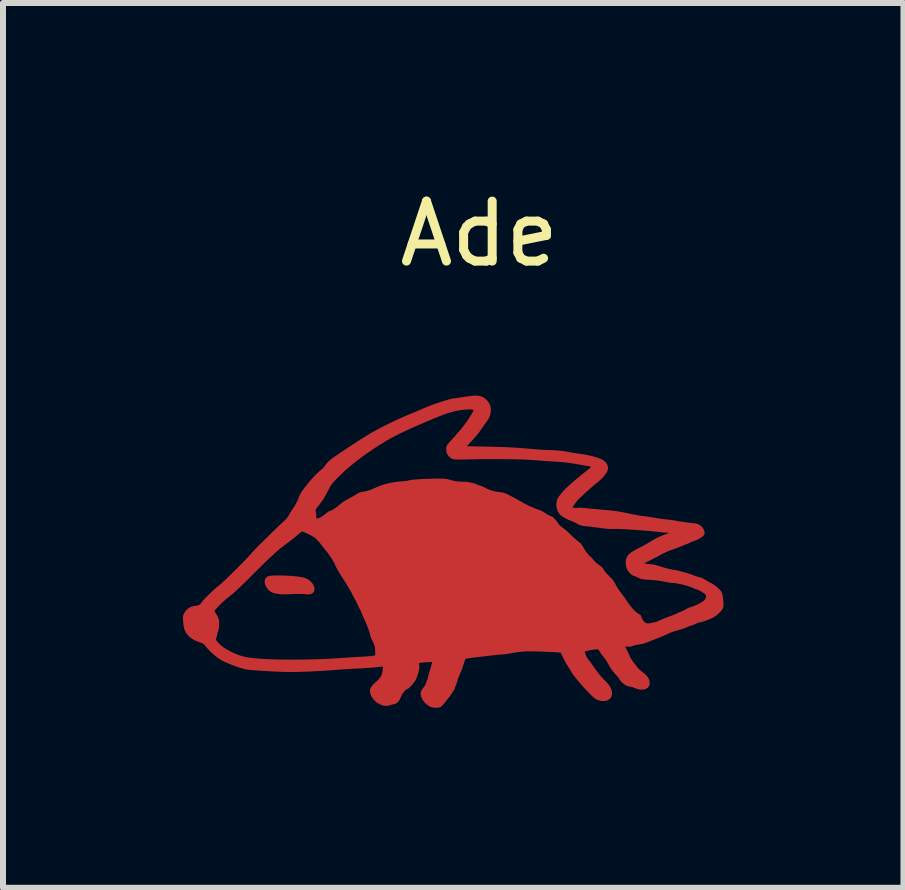
<source format=kicad_pcb>
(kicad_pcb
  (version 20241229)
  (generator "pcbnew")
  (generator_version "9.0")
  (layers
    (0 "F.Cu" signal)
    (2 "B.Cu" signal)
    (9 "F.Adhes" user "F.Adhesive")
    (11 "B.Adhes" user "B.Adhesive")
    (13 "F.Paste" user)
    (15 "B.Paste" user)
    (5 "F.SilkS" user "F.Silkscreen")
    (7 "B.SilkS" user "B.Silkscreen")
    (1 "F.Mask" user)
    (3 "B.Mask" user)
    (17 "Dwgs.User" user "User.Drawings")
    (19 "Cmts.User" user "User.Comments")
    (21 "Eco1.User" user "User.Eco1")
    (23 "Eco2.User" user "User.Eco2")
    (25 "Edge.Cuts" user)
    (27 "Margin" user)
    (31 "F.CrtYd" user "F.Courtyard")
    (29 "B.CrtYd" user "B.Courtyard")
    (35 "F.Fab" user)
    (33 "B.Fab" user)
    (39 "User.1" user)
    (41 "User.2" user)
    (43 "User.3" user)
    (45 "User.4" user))
  (footprint "Ade"
    (layer "F.Cu")
    (at 4.941 1.348)
    (property "Reference" "Ade" (at 0 -0.5 0) (unlocked yes) (layer "F.SilkS") (effects (font (size 1 1) (thickness 0.15))))
    (attr smd)
    (pad "1" smd custom (at 0 5) (size 1.5 1.5) (layers "F.Cu") (options (anchor rect)) (primitives (gr_poly (pts (xy 0.018 -2.794) (xy 0.077 -2.768) (xy 0.128 -2.726) (xy 0.166 -2.672) (xy 0.174 -2.655) (xy 0.187 -2.621) (xy 0.192 -2.59) (xy 0.192 -2.552) (xy 0.191 -2.539) (xy 0.182 -2.485) (xy 0.165 -2.437) (xy 0.137 -2.388) (xy 0.108 -2.349) (xy 0.084 -2.316) (xy 0.055 -2.275) (xy 0.028 -2.235) (xy 0.025 -2.231) (xy 0.001 -2.196) (xy -0.033 -2.153) (xy -0.072 -2.107) (xy -0.111 -2.062) (xy -0.114 -2.06) (xy -0.208 -1.959) (xy 0.122 -1.952) (xy 0.259 -1.949) (xy 0.382 -1.946) (xy 0.494 -1.941) (xy 0.602 -1.935) (xy 0.709 -1.927) (xy 0.822 -1.918) (xy 0.916 -1.91) (xy 0.977 -1.904) (xy 1.041 -1.9) (xy 1.1 -1.897) (xy 1.148 -1.895) (xy 1.158 -1.895) (xy 1.24 -1.893) (xy 1.327 -1.886) (xy 1.413 -1.876) (xy 1.489 -1.863) (xy 1.503 -1.86) (xy 1.545 -1.852) (xy 1.589 -1.844) (xy 1.615 -1.841) (xy 1.707 -1.829) (xy 1.796 -1.813) (xy 1.88 -1.794) (xy 1.954 -1.773) (xy 2.016 -1.751) (xy 2.063 -1.729) (xy 2.077 -1.72) (xy 2.117 -1.681) (xy 2.14 -1.636) (xy 2.146 -1.588) (xy 2.134 -1.54) (xy 2.122 -1.518) (xy 2.096 -1.482) (xy 2.07 -1.45) (xy 2.041 -1.42) (xy 2.004 -1.386) (xy 1.956 -1.345) (xy 1.947 -1.338) (xy 1.902 -1.3) (xy 1.854 -1.259) (xy 1.81 -1.22) (xy 1.781 -1.194) (xy 1.745 -1.161) (xy 1.709 -1.127) (xy 1.679 -1.099) (xy 1.671 -1.092) (xy 1.642 -1.062) (xy 1.611 -1.024) (xy 1.59 -0.995) (xy 1.551 -0.938) (xy 1.576 -0.932) (xy 1.603 -0.93) (xy 1.634 -0.932) (xy 1.636 -0.933) (xy 1.656 -0.934) (xy 1.693 -0.933) (xy 1.741 -0.93) (xy 1.797 -0.925) (xy 1.858 -0.919) (xy 1.928 -0.912) (xy 2.002 -0.905) (xy 2.073 -0.898) (xy 2.136 -0.893) (xy 2.172 -0.89) (xy 2.258 -0.881) (xy 2.356 -0.865) (xy 2.461 -0.844) (xy 2.474 -0.841) (xy 2.536 -0.828) (xy 2.596 -0.816) (xy 2.651 -0.806) (xy 2.695 -0.799) (xy 2.718 -0.796) (xy 2.755 -0.792) (xy 2.805 -0.785) (xy 2.861 -0.777) (xy 2.917 -0.767) (xy 2.919 -0.767) (xy 2.976 -0.757) (xy 3.035 -0.749) (xy 3.088 -0.742) (xy 3.129 -0.737) (xy 3.129 -0.737) (xy 3.179 -0.732) (xy 3.232 -0.725) (xy 3.276 -0.717) (xy 3.314 -0.71) (xy 3.365 -0.702) (xy 3.42 -0.694) (xy 3.461 -0.688) (xy 3.511 -0.682) (xy 3.556 -0.677) (xy 3.592 -0.672) (xy 3.612 -0.67) (xy 3.656 -0.656) (xy 3.696 -0.629) (xy 3.728 -0.594) (xy 3.75 -0.554) (xy 3.756 -0.513) (xy 3.755 -0.502) (xy 3.748 -0.481) (xy 3.733 -0.462) (xy 3.706 -0.442) (xy 3.693 -0.433) (xy 3.656 -0.412) (xy 3.618 -0.393) (xy 3.593 -0.384) (xy 3.558 -0.371) (xy 3.523 -0.356) (xy 3.515 -0.352) (xy 3.482 -0.337) (xy 3.446 -0.323) (xy 3.442 -0.322) (xy 3.412 -0.311) (xy 3.387 -0.299) (xy 3.383 -0.297) (xy 3.366 -0.289) (xy 3.335 -0.277) (xy 3.294 -0.262) (xy 3.247 -0.246) (xy 3.242 -0.244) (xy 3.189 -0.225) (xy 3.136 -0.204) (xy 3.089 -0.183) (xy 3.057 -0.167) (xy 3.023 -0.148) (xy 2.977 -0.123) (xy 2.926 -0.096) (xy 2.874 -0.07) (xy 2.87 -0.068) (xy 2.748 -0.006) (xy 2.787 0.001) (xy 2.824 0.006) (xy 2.863 0.009) (xy 2.87 0.009) (xy 2.896 0.013) (xy 2.936 0.021) (xy 2.982 0.034) (xy 3.026 0.048) (xy 3.08 0.065) (xy 3.136 0.08) (xy 3.188 0.092) (xy 3.219 0.098) (xy 3.265 0.105) (xy 3.32 0.117) (xy 3.381 0.133) (xy 3.442 0.149) (xy 3.497 0.166) (xy 3.543 0.182) (xy 3.571 0.194) (xy 3.605 0.207) (xy 3.644 0.217) (xy 3.653 0.219) (xy 3.688 0.228) (xy 3.727 0.245) (xy 3.746 0.256) (xy 3.781 0.277) (xy 3.823 0.301) (xy 3.857 0.318) (xy 3.908 0.348) (xy 3.956 0.384) (xy 3.999 0.422) (xy 4.031 0.46) (xy 4.046 0.487) (xy 4.053 0.514) (xy 4.06 0.553) (xy 4.066 0.599) (xy 4.068 0.622) (xy 4.07 0.671) (xy 4.07 0.705) (xy 4.067 0.729) (xy 4.06 0.747) (xy 4.059 0.748) (xy 4.042 0.773) (xy 4.014 0.804) (xy 3.981 0.837) (xy 3.946 0.866) (xy 3.922 0.884) (xy 3.89 0.902) (xy 3.847 0.921) (xy 3.798 0.941) (xy 3.75 0.958) (xy 3.71 0.97) (xy 3.691 0.974) (xy 3.653 0.983) (xy 3.615 0.998) (xy 3.608 1.002) (xy 3.575 1.017) (xy 3.542 1.029) (xy 3.535 1.031) (xy 3.505 1.04) (xy 3.47 1.054) (xy 3.453 1.062) (xy 3.423 1.075) (xy 3.38 1.089) (xy 3.332 1.103) (xy 3.309 1.109) (xy 3.257 1.125) (xy 3.201 1.144) (xy 3.151 1.165) (xy 3.137 1.172) (xy 3.091 1.194) (xy 3.037 1.217) (xy 2.984 1.239) (xy 2.968 1.244) (xy 2.918 1.263) (xy 2.865 1.284) (xy 2.818 1.303) (xy 2.804 1.309) (xy 2.737 1.332) (xy 2.664 1.347) (xy 2.653 1.349) (xy 2.612 1.355) (xy 2.577 1.363) (xy 2.554 1.372) (xy 2.55 1.373) (xy 2.527 1.382) (xy 2.493 1.383) (xy 2.479 1.381) (xy 2.452 1.379) (xy 2.434 1.379) (xy 2.431 1.38) (xy 2.435 1.391) (xy 2.446 1.414) (xy 2.46 1.44) (xy 2.479 1.476) (xy 2.496 1.513) (xy 2.504 1.533) (xy 2.511 1.551) (xy 2.522 1.571) (xy 2.537 1.595) (xy 2.559 1.627) (xy 2.59 1.668) (xy 2.631 1.722) (xy 2.633 1.724) (xy 2.663 1.758) (xy 2.701 1.791) (xy 2.725 1.809) (xy 2.775 1.85) (xy 2.813 1.897) (xy 2.835 1.947) (xy 2.841 1.997) (xy 2.832 2.034) (xy 2.81 2.066) (xy 2.775 2.088) (xy 2.729 2.099) (xy 2.678 2.099) (xy 2.624 2.086) (xy 2.598 2.076) (xy 2.565 2.062) (xy 2.535 2.053) (xy 2.52 2.051) (xy 2.476 2.043) (xy 2.43 2.02) (xy 2.385 1.987) (xy 2.349 1.948) (xy 2.332 1.921) (xy 2.313 1.89) (xy 2.29 1.864) (xy 2.284 1.859) (xy 2.259 1.834) (xy 2.229 1.796) (xy 2.197 1.752) (xy 2.167 1.704) (xy 2.143 1.661) (xy 2.124 1.626) (xy 2.102 1.593) (xy 2.09 1.578) (xy 2.07 1.555) (xy 2.046 1.522) (xy 2.021 1.487) (xy 2.021 1.487) (xy 1.98 1.425) (xy 1.915 1.432) (xy 1.877 1.437) (xy 1.845 1.442) (xy 1.827 1.447) (xy 1.798 1.454) (xy 1.779 1.456) (xy 1.762 1.458) (xy 1.758 1.47) (xy 1.76 1.478) (xy 1.782 1.542) (xy 1.813 1.593) (xy 1.823 1.605) (xy 1.84 1.625) (xy 1.864 1.657) (xy 1.893 1.697) (xy 1.923 1.741) (xy 1.928 1.749) (xy 2 1.846) (xy 2.072 1.925) (xy 2.08 1.932) (xy 2.141 1.996) (xy 2.184 2.058) (xy 2.208 2.115) (xy 2.214 2.169) (xy 2.213 2.174) (xy 2.2 2.221) (xy 2.172 2.257) (xy 2.133 2.28) (xy 2.085 2.29) (xy 2.03 2.287) (xy 1.97 2.27) (xy 1.944 2.257) (xy 1.921 2.241) (xy 1.887 2.212) (xy 1.846 2.172) (xy 1.8 2.125) (xy 1.751 2.073) (xy 1.702 2.019) (xy 1.656 1.965) (xy 1.613 1.913) (xy 1.577 1.868) (xy 1.551 1.83) (xy 1.547 1.823) (xy 1.521 1.781) (xy 1.492 1.733) (xy 1.464 1.689) (xy 1.462 1.687) (xy 1.437 1.644) (xy 1.411 1.597) (xy 1.391 1.556) (xy 1.39 1.553) (xy 1.376 1.52) (xy 1.364 1.496) (xy 1.357 1.484) (xy 1.357 1.483) (xy 1.346 1.482) (xy 1.318 1.479) (xy 1.276 1.476) (xy 1.221 1.473) (xy 1.157 1.47) (xy 1.086 1.467) (xy 1.068 1.466) (xy 0.974 1.463) (xy 0.895 1.461) (xy 0.828 1.461) (xy 0.769 1.462) (xy 0.714 1.466) (xy 0.659 1.472) (xy 0.601 1.48) (xy 0.536 1.491) (xy 0.492 1.499) (xy 0.447 1.506) (xy 0.402 1.512) (xy 0.366 1.514) (xy 0.364 1.514) (xy 0.344 1.515) (xy 0.31 1.518) (xy 0.263 1.523) (xy 0.208 1.529) (xy 0.146 1.536) (xy 0.08 1.544) (xy 0.015 1.552) (xy -0.049 1.559) (xy -0.107 1.567) (xy -0.157 1.573) (xy -0.197 1.579) (xy -0.222 1.583) (xy -0.23 1.585) (xy -0.237 1.602) (xy -0.248 1.632) (xy -0.26 1.669) (xy -0.273 1.708) (xy -0.276 1.719) (xy -0.291 1.762) (xy -0.311 1.81) (xy -0.33 1.854) (xy -0.346 1.89) (xy -0.357 1.92) (xy -0.363 1.941) (xy -0.363 1.943) (xy -0.367 1.961) (xy -0.377 1.99) (xy -0.388 2.016) (xy -0.401 2.048) (xy -0.409 2.073) (xy -0.412 2.084) (xy -0.418 2.099) (xy -0.433 2.124) (xy -0.455 2.157) (xy -0.481 2.195) (xy -0.509 2.232) (xy -0.519 2.244) (xy -0.539 2.269) (xy -0.564 2.301) (xy -0.583 2.325) (xy -0.608 2.354) (xy -0.632 2.378) (xy -0.648 2.39) (xy -0.681 2.399) (xy -0.724 2.402) (xy -0.769 2.399) (xy -0.808 2.39) (xy -0.812 2.388) (xy -0.863 2.358) (xy -0.908 2.318) (xy -0.945 2.271) (xy -0.969 2.222) (xy -0.979 2.175) (xy -0.979 2.173) (xy -0.976 2.144) (xy -0.967 2.117) (xy -0.949 2.087) (xy -0.924 2.055) (xy -0.905 2.028) (xy -0.893 2.005) (xy -0.891 1.996) (xy -0.885 1.973) (xy -0.878 1.958) (xy -0.867 1.936) (xy -0.859 1.906) (xy -0.857 1.9) (xy -0.852 1.875) (xy -0.842 1.837) (xy -0.829 1.791) (xy -0.816 1.75) (xy -0.803 1.707) (xy -0.793 1.671) (xy -0.787 1.647) (xy -0.785 1.638) (xy -0.785 1.638) (xy -0.795 1.638) (xy -0.821 1.639) (xy -0.858 1.642) (xy -0.897 1.644) (xy -1.005 1.653) (xy -1.001 1.695) (xy -1.001 1.737) (xy -1.01 1.791) (xy -1.026 1.85) (xy -1.048 1.91) (xy -1.053 1.921) (xy -1.069 1.951) (xy -1.094 1.985) (xy -1.122 2.02) (xy -1.151 2.051) (xy -1.177 2.076) (xy -1.198 2.089) (xy -1.204 2.091) (xy -1.22 2.098) (xy -1.242 2.119) (xy -1.265 2.147) (xy -1.287 2.179) (xy -1.304 2.21) (xy -1.309 2.225) (xy -1.33 2.271) (xy -1.36 2.309) (xy -1.395 2.334) (xy -1.417 2.34) (xy -1.45 2.348) (xy -1.486 2.359) (xy -1.494 2.361) (xy -1.547 2.371) (xy -1.604 2.364) (xy -1.66 2.344) (xy -1.714 2.311) (xy -1.76 2.268) (xy -1.796 2.218) (xy -1.815 2.173) (xy -1.822 2.137) (xy -1.824 2.106) (xy -1.823 2.096) (xy -1.812 2.072) (xy -1.791 2.041) (xy -1.764 2.009) (xy -1.736 1.98) (xy -1.715 1.963) (xy -1.696 1.947) (xy -1.673 1.921) (xy -1.659 1.904) (xy -1.639 1.874) (xy -1.625 1.842) (xy -1.616 1.8) (xy -1.614 1.789) (xy -1.609 1.754) (xy -1.606 1.727) (xy -1.606 1.715) (xy -1.606 1.714) (xy -1.616 1.714) (xy -1.642 1.716) (xy -1.678 1.721) (xy -1.711 1.725) (xy -1.752 1.729) (xy -1.808 1.734) (xy -1.874 1.739) (xy -1.946 1.743) (xy -2.019 1.747) (xy -2.044 1.748) (xy -2.121 1.752) (xy -2.203 1.757) (xy -2.284 1.762) (xy -2.358 1.767) (xy -2.42 1.772) (xy -2.429 1.773) (xy -2.482 1.777) (xy -2.55 1.782) (xy -2.628 1.787) (xy -2.712 1.791) (xy -2.798 1.796) (xy -2.874 1.799) (xy -2.964 1.802) (xy -3.042 1.804) (xy -3.113 1.805) (xy -3.182 1.805) (xy -3.253 1.804) (xy -3.331 1.801) (xy -3.421 1.797) (xy -3.485 1.794) (xy -3.566 1.789) (xy -3.646 1.784) (xy -3.72 1.779) (xy -3.785 1.774) (xy -3.839 1.769) (xy -3.877 1.765) (xy -3.89 1.763) (xy -3.93 1.753) (xy -3.983 1.737) (xy -4.044 1.717) (xy -4.108 1.693) (xy -4.172 1.668) (xy -4.229 1.644) (xy -4.276 1.622) (xy -4.3 1.609) (xy -4.366 1.565) (xy -4.431 1.513) (xy -4.491 1.458) (xy -4.539 1.405) (xy -4.54 1.404) (xy -4.568 1.369) (xy -4.59 1.346) (xy -4.61 1.331) (xy -4.634 1.32) (xy -4.666 1.309) (xy -4.752 1.274) (xy -4.822 1.228) (xy -4.877 1.171) (xy -4.906 1.123) (xy -4.92 1.084) (xy -4.931 1.026) (xy -4.936 0.981) (xy -4.94 0.934) (xy -4.941 0.901) (xy -4.94 0.876) (xy -4.935 0.856) (xy -4.926 0.835) (xy -4.899 0.79) (xy -4.418 0.79) (xy -4.384 0.842) (xy -4.363 0.879) (xy -4.347 0.918) (xy -4.34 0.942) (xy -4.337 0.974) (xy -4.337 1.014) (xy -4.34 1.056) (xy -4.345 1.094) (xy -4.352 1.124) (xy -4.359 1.137) (xy -4.366 1.153) (xy -4.369 1.175) (xy -4.373 1.204) (xy -4.384 1.232) (xy -4.391 1.248) (xy -4.392 1.261) (xy -4.385 1.276) (xy -4.368 1.298) (xy -4.355 1.313) (xy -4.318 1.352) (xy -4.275 1.387) (xy -4.224 1.421) (xy -4.16 1.456) (xy -4.092 1.489) (xy -4.041 1.511) (xy -3.993 1.529) (xy -3.945 1.544) (xy -3.893 1.556) (xy -3.834 1.566) (xy -3.764 1.574) (xy -3.681 1.581) (xy -3.611 1.587) (xy -3.533 1.591) (xy -3.439 1.595) (xy -3.332 1.597) (xy -3.215 1.598) (xy -3.093 1.599) (xy -2.969 1.598) (xy -2.845 1.596) (xy -2.726 1.593) (xy -2.615 1.59) (xy -2.515 1.585) (xy -2.429 1.58) (xy -2.425 1.58) (xy -2.344 1.574) (xy -2.254 1.568) (xy -2.162 1.562) (xy -2.074 1.556) (xy -2.014 1.553) (xy -1.951 1.55) (xy -1.892 1.546) (xy -1.841 1.542) (xy -1.801 1.539) (xy -1.777 1.536) (xy -1.775 1.536) (xy -1.736 1.528) (xy -1.736 1.455) (xy -1.737 1.419) (xy -1.74 1.389) (xy -1.749 1.361) (xy -1.763 1.325) (xy -1.777 1.296) (xy -1.795 1.258) (xy -1.809 1.225) (xy -1.817 1.202) (xy -1.819 1.196) (xy -1.822 1.176) (xy -1.832 1.142) (xy -1.847 1.099) (xy -1.864 1.051) (xy -1.883 1.003) (xy -1.902 0.959) (xy -1.915 0.93) (xy -1.935 0.89) (xy -1.952 0.851) (xy -1.964 0.821) (xy -1.965 0.816) (xy -1.978 0.784) (xy -1.992 0.756) (xy -1.995 0.752) (xy -2.01 0.725) (xy -2.019 0.703) (xy -2.028 0.683) (xy -2.043 0.652) (xy -2.061 0.617) (xy -2.062 0.615) (xy -2.083 0.578) (xy -2.102 0.54) (xy -2.116 0.513) (xy -2.133 0.478) (xy -2.153 0.444) (xy -2.155 0.44) (xy -2.171 0.415) (xy -2.192 0.38) (xy -2.215 0.341) (xy -2.22 0.332) (xy -2.247 0.289) (xy -2.276 0.243) (xy -2.302 0.203) (xy -2.304 0.2) (xy -2.324 0.169) (xy -2.347 0.132) (xy -2.368 0.093) (xy -2.387 0.058) (xy -2.4 0.031) (xy -2.405 0.016) (xy -2.405 0.015) (xy -2.41 0.002) (xy -2.424 -0.023) (xy -2.444 -0.057) (xy -2.468 -0.094) (xy -2.493 -0.131) (xy -2.516 -0.165) (xy -2.535 -0.191) (xy -2.54 -0.197) (xy -2.562 -0.223) (xy -2.592 -0.26) (xy -2.623 -0.3) (xy -2.638 -0.321) (xy -2.669 -0.359) (xy -2.701 -0.394) (xy -2.729 -0.422) (xy -2.74 -0.432) (xy -2.765 -0.448) (xy -2.799 -0.467) (xy -2.839 -0.487) (xy -2.879 -0.507) (xy -2.915 -0.523) (xy -2.942 -0.534) (xy -2.955 -0.537) (xy -2.968 -0.531) (xy -2.989 -0.514) (xy -3.017 -0.49) (xy -3.025 -0.483) (xy -3.06 -0.453) (xy -3.104 -0.417) (xy -3.149 -0.383) (xy -3.167 -0.369) (xy -3.224 -0.327) (xy -3.278 -0.286) (xy -3.331 -0.244) (xy -3.384 -0.198) (xy -3.44 -0.148) (xy -3.501 -0.091) (xy -3.569 -0.026) (xy -3.646 0.05) (xy -3.734 0.137) (xy -3.758 0.161) (xy -3.839 0.242) (xy -3.914 0.316) (xy -3.981 0.381) (xy -4.04 0.437) (xy -4.089 0.482) (xy -4.127 0.515) (xy -4.149 0.532) (xy -4.204 0.575) (xy -4.262 0.625) (xy -4.317 0.676) (xy -4.364 0.725) (xy -4.389 0.754) (xy -4.418 0.79) (xy -4.899 0.79) (xy -4.896 0.786) (xy -4.855 0.746) (xy -4.806 0.718) (xy -4.756 0.704) (xy -4.743 0.704) (xy -4.708 0.699) (xy -4.674 0.686) (xy -4.648 0.67) (xy -4.637 0.655) (xy -4.627 0.639) (xy -4.605 0.612) (xy -4.574 0.578) (xy -4.536 0.54) (xy -4.495 0.499) (xy -4.452 0.458) (xy -4.411 0.421) (xy -4.375 0.39) (xy -4.346 0.367) (xy -4.323 0.349) (xy -4.289 0.319) (xy -4.246 0.278) (xy -4.195 0.23) (xy -4.14 0.176) (xy -4.082 0.119) (xy -4.023 0.06) (xy -3.965 0.001) (xy -3.911 -0.054) (xy -3.862 -0.105) (xy -3.821 -0.149) (xy -3.79 -0.184) (xy -3.785 -0.191) (xy -3.767 -0.21) (xy -3.737 -0.241) (xy -3.697 -0.282) (xy -3.65 -0.33) (xy -3.597 -0.382) (xy -3.54 -0.438) (xy -3.483 -0.495) (xy -3.426 -0.55) (xy -3.372 -0.602) (xy -3.323 -0.649) (xy -3.282 -0.688) (xy -3.25 -0.718) (xy -3.238 -0.728) (xy -3.21 -0.758) (xy -3.184 -0.794) (xy -3.176 -0.809) (xy -3.157 -0.844) (xy -3.132 -0.882) (xy -3.127 -0.89) (xy -2.729 -0.89) (xy -2.728 -0.877) (xy -2.726 -0.869) (xy -2.72 -0.841) (xy -2.719 -0.806) (xy -2.719 -0.796) (xy -2.719 -0.769) (xy -2.715 -0.754) (xy -2.713 -0.752) (xy -2.674 -0.761) (xy -2.627 -0.785) (xy -2.574 -0.825) (xy -2.543 -0.849) (xy -2.517 -0.868) (xy -2.501 -0.878) (xy -2.498 -0.879) (xy -2.474 -0.885) (xy -2.44 -0.902) (xy -2.402 -0.927) (xy -2.363 -0.956) (xy -2.343 -0.974) (xy -2.304 -1.006) (xy -2.259 -1.038) (xy -2.221 -1.061) (xy -2.138 -1.106) (xy -2.067 -1.147) (xy -2.033 -1.17) (xy -2.002 -1.185) (xy -1.965 -1.195) (xy -1.956 -1.197) (xy -1.898 -1.207) (xy -1.844 -1.221) (xy -1.786 -1.243) (xy -1.736 -1.265) (xy -1.692 -1.284) (xy -1.65 -1.301) (xy -1.615 -1.314) (xy -1.604 -1.317) (xy -1.526 -1.338) (xy -1.461 -1.352) (xy -1.403 -1.362) (xy -1.348 -1.369) (xy -1.311 -1.372) (xy -1.262 -1.376) (xy -1.216 -1.381) (xy -1.179 -1.388) (xy -1.164 -1.392) (xy -1.137 -1.397) (xy -1.093 -1.402) (xy -1.034 -1.407) (xy -0.965 -1.411) (xy -0.888 -1.415) (xy -0.806 -1.417) (xy -0.721 -1.419) (xy -0.676 -1.419) (xy -0.619 -1.418) (xy -0.574 -1.416) (xy -0.536 -1.411) (xy -0.498 -1.402) (xy -0.467 -1.393) (xy -0.407 -1.378) (xy -0.352 -1.37) (xy -0.289 -1.368) (xy -0.289 -1.368) (xy -0.209 -1.364) (xy -0.133 -1.352) (xy -0.067 -1.334) (xy -0.03 -1.318) (xy -0.003 -1.306) (xy 0.017 -1.3) (xy 0.021 -1.299) (xy 0.036 -1.295) (xy 0.063 -1.283) (xy 0.097 -1.267) (xy 0.107 -1.261) (xy 0.163 -1.235) (xy 0.219 -1.216) (xy 0.283 -1.202) (xy 0.355 -1.192) (xy 0.384 -1.188) (xy 0.41 -1.182) (xy 0.439 -1.171) (xy 0.474 -1.156) (xy 0.518 -1.133) (xy 0.56 -1.11) (xy 0.609 -1.084) (xy 0.653 -1.059) (xy 0.689 -1.039) (xy 0.714 -1.026) (xy 0.721 -1.021) (xy 0.785 -0.986) (xy 0.848 -0.955) (xy 0.92 -0.926) (xy 0.924 -0.924) (xy 0.963 -0.909) (xy 0.995 -0.897) (xy 1.017 -0.89) (xy 1.022 -0.889) (xy 1.034 -0.884) (xy 1.057 -0.87) (xy 1.088 -0.851) (xy 1.096 -0.845) (xy 1.133 -0.823) (xy 1.169 -0.803) (xy 1.198 -0.791) (xy 1.2 -0.79) (xy 1.224 -0.78) (xy 1.238 -0.769) (xy 1.239 -0.765) (xy 1.246 -0.753) (xy 1.251 -0.752) (xy 1.262 -0.744) (xy 1.279 -0.723) (xy 1.299 -0.695) (xy 1.3 -0.693) (xy 1.339 -0.642) (xy 1.388 -0.601) (xy 1.393 -0.598) (xy 1.425 -0.575) (xy 1.463 -0.542) (xy 1.502 -0.505) (xy 1.521 -0.486) (xy 1.557 -0.45) (xy 1.596 -0.415) (xy 1.631 -0.386) (xy 1.645 -0.376) (xy 1.69 -0.339) (xy 1.72 -0.298) (xy 1.722 -0.295) (xy 1.739 -0.265) (xy 1.761 -0.23) (xy 1.785 -0.195) (xy 1.808 -0.164) (xy 1.828 -0.14) (xy 1.841 -0.128) (xy 1.844 -0.127) (xy 1.854 -0.12) (xy 1.872 -0.101) (xy 1.894 -0.074) (xy 1.897 -0.071) (xy 1.931 -0.032) (xy 1.973 0.005) (xy 1.999 0.023) (xy 2.04 0.053) (xy 2.066 0.083) (xy 2.075 0.1) (xy 2.09 0.123) (xy 2.115 0.155) (xy 2.147 0.188) (xy 2.164 0.205) (xy 2.208 0.249) (xy 2.24 0.289) (xy 2.266 0.334) (xy 2.271 0.344) (xy 2.293 0.385) (xy 2.318 0.425) (xy 2.34 0.457) (xy 2.342 0.459) (xy 2.381 0.509) (xy 2.423 0.567) (xy 2.471 0.636) (xy 2.484 0.657) (xy 2.52 0.706) (xy 2.56 0.753) (xy 2.6 0.793) (xy 2.636 0.824) (xy 2.663 0.839) (xy 2.684 0.852) (xy 2.694 0.866) (xy 2.695 0.867) (xy 2.7 0.888) (xy 2.715 0.917) (xy 2.734 0.947) (xy 2.754 0.972) (xy 2.765 0.981) (xy 2.787 0.992) (xy 2.812 0.996) (xy 2.847 0.991) (xy 2.865 0.987) (xy 2.899 0.98) (xy 2.93 0.974) (xy 2.934 0.973) (xy 2.957 0.966) (xy 2.99 0.953) (xy 3.028 0.936) (xy 3.032 0.934) (xy 3.075 0.914) (xy 3.121 0.896) (xy 3.158 0.883) (xy 3.195 0.871) (xy 3.241 0.853) (xy 3.286 0.833) (xy 3.294 0.829) (xy 3.33 0.812) (xy 3.36 0.799) (xy 3.379 0.792) (xy 3.383 0.791) (xy 3.396 0.786) (xy 3.419 0.773) (xy 3.437 0.762) (xy 3.469 0.744) (xy 3.501 0.73) (xy 3.514 0.726) (xy 3.548 0.717) (xy 3.591 0.7) (xy 3.639 0.678) (xy 3.684 0.654) (xy 3.722 0.631) (xy 3.747 0.613) (xy 3.769 0.586) (xy 3.778 0.56) (xy 3.779 0.547) (xy 3.778 0.528) (xy 3.772 0.514) (xy 3.759 0.501) (xy 3.734 0.484) (xy 3.711 0.47) (xy 3.678 0.451) (xy 3.65 0.437) (xy 3.632 0.43) (xy 3.63 0.43) (xy 3.615 0.426) (xy 3.589 0.416) (xy 3.564 0.405) (xy 3.523 0.388) (xy 3.47 0.371) (xy 3.412 0.354) (xy 3.353 0.34) (xy 3.298 0.329) (xy 3.255 0.323) (xy 3.239 0.322) (xy 3.207 0.32) (xy 3.163 0.314) (xy 3.115 0.305) (xy 3.085 0.299) (xy 3.01 0.285) (xy 2.923 0.275) (xy 2.843 0.269) (xy 2.787 0.266) (xy 2.746 0.262) (xy 2.715 0.258) (xy 2.69 0.252) (xy 2.666 0.243) (xy 2.639 0.23) (xy 2.636 0.228) (xy 2.603 0.213) (xy 2.575 0.201) (xy 2.56 0.196) (xy 2.558 0.195) (xy 2.546 0.189) (xy 2.525 0.172) (xy 2.506 0.154) (xy 2.472 0.111) (xy 2.451 0.064) (xy 2.442 0.006) (xy 2.441 -0.026) (xy 2.445 -0.071) (xy 2.458 -0.11) (xy 2.483 -0.146) (xy 2.521 -0.181) (xy 2.573 -0.216) (xy 2.642 -0.253) (xy 2.665 -0.265) (xy 2.714 -0.29) (xy 2.769 -0.32) (xy 2.82 -0.349) (xy 2.831 -0.356) (xy 2.891 -0.392) (xy 2.94 -0.42) (xy 2.985 -0.442) (xy 3.031 -0.462) (xy 3.085 -0.483) (xy 3.09 -0.485) (xy 3.13 -0.499) (xy 3.153 -0.509) (xy 3.161 -0.514) (xy 3.156 -0.517) (xy 3.14 -0.517) (xy 3.139 -0.517) (xy 3.115 -0.518) (xy 3.076 -0.522) (xy 3.028 -0.526) (xy 2.975 -0.531) (xy 2.968 -0.532) (xy 2.897 -0.54) (xy 2.818 -0.547) (xy 2.734 -0.554) (xy 2.648 -0.56) (xy 2.562 -0.566) (xy 2.48 -0.572) (xy 2.405 -0.576) (xy 2.338 -0.579) (xy 2.285 -0.58) (xy 2.246 -0.58) (xy 2.235 -0.58) (xy 2.175 -0.579) (xy 2.098 -0.585) (xy 2.016 -0.596) (xy 1.955 -0.604) (xy 1.891 -0.612) (xy 1.833 -0.619) (xy 1.785 -0.624) (xy 1.778 -0.625) (xy 1.729 -0.63) (xy 1.694 -0.638) (xy 1.665 -0.648) (xy 1.641 -0.661) (xy 1.603 -0.682) (xy 1.562 -0.702) (xy 1.547 -0.708) (xy 1.482 -0.734) (xy 1.424 -0.764) (xy 1.376 -0.793) (xy 1.342 -0.821) (xy 1.339 -0.825) (xy 1.307 -0.875) (xy 1.288 -0.933) (xy 1.283 -0.994) (xy 1.292 -1.053) (xy 1.316 -1.106) (xy 1.318 -1.109) (xy 1.355 -1.158) (xy 1.398 -1.209) (xy 1.45 -1.263) (xy 1.512 -1.321) (xy 1.586 -1.385) (xy 1.673 -1.457) (xy 1.755 -1.523) (xy 1.794 -1.553) (xy 1.826 -1.58) (xy 1.85 -1.6) (xy 1.861 -1.611) (xy 1.862 -1.612) (xy 1.855 -1.617) (xy 1.833 -1.624) (xy 1.8 -1.63) (xy 1.794 -1.631) (xy 1.756 -1.637) (xy 1.706 -1.646) (xy 1.649 -1.656) (xy 1.593 -1.666) (xy 1.591 -1.667) (xy 1.531 -1.676) (xy 1.46 -1.685) (xy 1.385 -1.693) (xy 1.315 -1.699) (xy 1.298 -1.7) (xy 1.236 -1.704) (xy 1.162 -1.709) (xy 1.08 -1.714) (xy 0.997 -1.72) (xy 0.92 -1.726) (xy 0.917 -1.727) (xy 0.821 -1.733) (xy 0.708 -1.738) (xy 0.58 -1.741) (xy 0.438 -1.743) (xy 0.285 -1.744) (xy 0.123 -1.744) (xy -0.047 -1.742) (xy -0.202 -1.739) (xy -0.279 -1.737) (xy -0.339 -1.737) (xy -0.385 -1.738) (xy -0.42 -1.741) (xy -0.446 -1.746) (xy -0.466 -1.755) (xy -0.484 -1.767) (xy -0.501 -1.783) (xy -0.512 -1.795) (xy -0.538 -1.831) (xy -0.551 -1.873) (xy -0.551 -1.927) (xy -0.551 -1.928) (xy -0.548 -1.949) (xy -0.542 -1.967) (xy -0.531 -1.987) (xy -0.512 -2.011) (xy -0.482 -2.044) (xy -0.467 -2.06) (xy -0.382 -2.154) (xy -0.31 -2.238) (xy -0.248 -2.316) (xy -0.195 -2.391) (xy -0.171 -2.429) (xy -0.145 -2.47) (xy -0.122 -2.507) (xy -0.106 -2.535) (xy -0.097 -2.551) (xy -0.097 -2.552) (xy -0.098 -2.563) (xy -0.113 -2.57) (xy -0.143 -2.573) (xy -0.189 -2.572) (xy -0.25 -2.567) (xy -0.303 -2.562) (xy -0.354 -2.554) (xy -0.405 -2.544) (xy -0.459 -2.53) (xy -0.517 -2.512) (xy -0.583 -2.489) (xy -0.658 -2.461) (xy -0.745 -2.426) (xy -0.845 -2.384) (xy -0.925 -2.35) (xy -1.05 -2.296) (xy -1.159 -2.248) (xy -1.255 -2.203) (xy -1.342 -2.162) (xy -1.421 -2.121) (xy -1.496 -2.081) (xy -1.569 -2.038) (xy -1.642 -1.993) (xy -1.72 -1.944) (xy -1.746 -1.927) (xy -1.926 -1.803) (xy -2.09 -1.678) (xy -2.237 -1.554) (xy -2.366 -1.43) (xy -2.385 -1.41) (xy -2.425 -1.367) (xy -2.456 -1.33) (xy -2.481 -1.294) (xy -2.504 -1.253) (xy -2.531 -1.2) (xy -2.532 -1.198) (xy -2.598 -1.079) (xy -2.663 -0.989) (xy -2.694 -0.95) (xy -2.714 -0.923) (xy -2.725 -0.904) (xy -2.729 -0.89) (xy -3.127 -0.89) (xy -3.117 -0.904) (xy -3.092 -0.942) (xy -3.065 -0.987) (xy -3.04 -1.035) (xy -3.019 -1.079) (xy -3.007 -1.113) (xy -3.005 -1.119) (xy -2.993 -1.149) (xy -2.969 -1.189) (xy -2.935 -1.238) (xy -2.895 -1.292) (xy -2.849 -1.349) (xy -2.801 -1.405) (xy -2.753 -1.458) (xy -2.706 -1.505) (xy -2.664 -1.544) (xy -2.637 -1.565) (xy -2.618 -1.582) (xy -2.592 -1.61) (xy -2.565 -1.644) (xy -2.557 -1.655) (xy -2.542 -1.675) (xy -2.527 -1.692) (xy -2.51 -1.709) (xy -2.49 -1.727) (xy -2.464 -1.748) (xy -2.43 -1.773) (xy -2.386 -1.803) (xy -2.331 -1.841) (xy -2.262 -1.887) (xy -2.233 -1.907) (xy -2.16 -1.955) (xy -2.086 -2.004) (xy -2.013 -2.051) (xy -1.945 -2.094) (xy -1.885 -2.131) (xy -1.837 -2.161) (xy -1.824 -2.169) (xy -1.729 -2.222) (xy -1.622 -2.279) (xy -1.508 -2.336) (xy -1.394 -2.391) (xy -1.285 -2.44) (xy -1.198 -2.477) (xy -1.137 -2.502) (xy -1.069 -2.531) (xy -1.004 -2.559) (xy -0.947 -2.583) (xy -0.945 -2.585) (xy -0.877 -2.613) (xy -0.803 -2.642) (xy -0.725 -2.67) (xy -0.649 -2.696) (xy -0.577 -2.719) (xy -0.513 -2.737) (xy -0.462 -2.75) (xy -0.44 -2.754) (xy -0.402 -2.759) (xy -0.351 -2.767) (xy -0.294 -2.775) (xy -0.238 -2.784) (xy -0.236 -2.784) (xy -0.181 -2.791) (xy -0.128 -2.798) (xy -0.083 -2.802) (xy -0.05 -2.804) (xy -0.047 -2.804)) (width 0) (fill yes))))
    (pad "2" smd custom (at -3.2 5.4) (size 0.184 0.184) (layers "F.Cu") (options (anchor circle)) (primitives (gr_poly (pts (xy -0.06 -0.203) (xy 0.013 -0.2) (xy 0.085 -0.195) (xy 0.152 -0.189) (xy 0.211 -0.181) (xy 0.259 -0.173) (xy 0.275 -0.169) (xy 0.329 -0.147) (xy 0.376 -0.116) (xy 0.413 -0.078) (xy 0.439 -0.036) (xy 0.452 0.007) (xy 0.449 0.048) (xy 0.438 0.074) (xy 0.41 0.099) (xy 0.369 0.112) (xy 0.32 0.111) (xy 0.308 0.109) (xy 0.278 0.106) (xy 0.232 0.104) (xy 0.174 0.103) (xy 0.108 0.105) (xy 0.037 0.108) (xy -0.016 0.111) (xy -0.042 0.111) (xy -0.081 0.11) (xy -0.123 0.108) (xy -0.128 0.107) (xy -0.2 0.097) (xy -0.258 0.078) (xy -0.303 0.049) (xy -0.34 0.007) (xy -0.353 -0.014) (xy -0.374 -0.063) (xy -0.38 -0.108) (xy -0.37 -0.148) (xy -0.345 -0.178) (xy -0.323 -0.191) (xy -0.296 -0.197) (xy -0.252 -0.202) (xy -0.196 -0.204) (xy -0.131 -0.204)) (width 0) (fill yes)))))
  (gr_rect
    (start -3 -3)
    (end 12.012 11.751)
    (stroke (width 0.1) (type default))
    (fill no)
    (layer "Edge.Cuts")))
</source>
